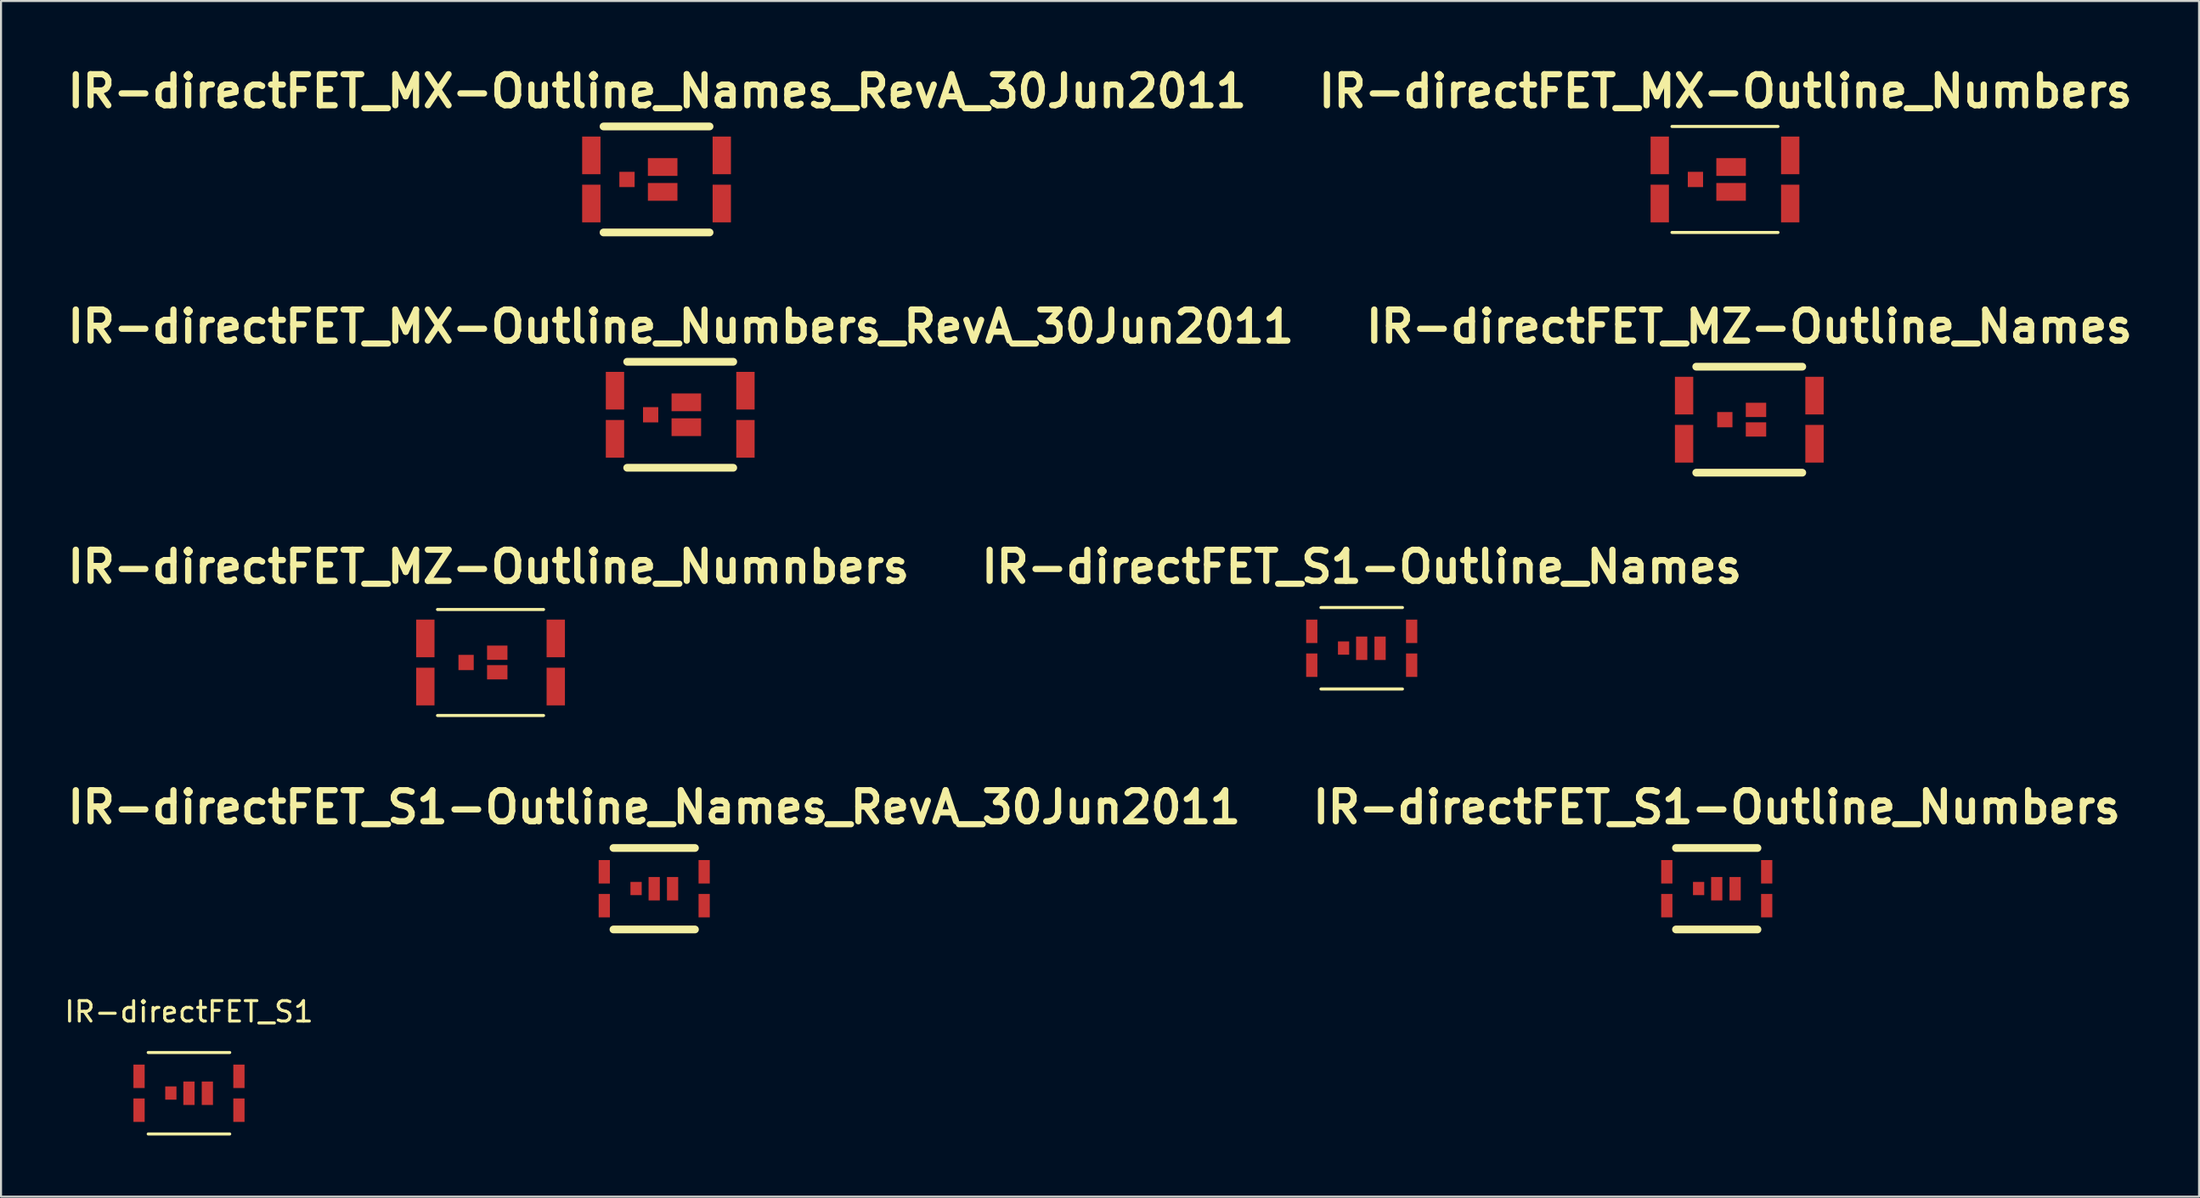
<source format=kicad_pcb>
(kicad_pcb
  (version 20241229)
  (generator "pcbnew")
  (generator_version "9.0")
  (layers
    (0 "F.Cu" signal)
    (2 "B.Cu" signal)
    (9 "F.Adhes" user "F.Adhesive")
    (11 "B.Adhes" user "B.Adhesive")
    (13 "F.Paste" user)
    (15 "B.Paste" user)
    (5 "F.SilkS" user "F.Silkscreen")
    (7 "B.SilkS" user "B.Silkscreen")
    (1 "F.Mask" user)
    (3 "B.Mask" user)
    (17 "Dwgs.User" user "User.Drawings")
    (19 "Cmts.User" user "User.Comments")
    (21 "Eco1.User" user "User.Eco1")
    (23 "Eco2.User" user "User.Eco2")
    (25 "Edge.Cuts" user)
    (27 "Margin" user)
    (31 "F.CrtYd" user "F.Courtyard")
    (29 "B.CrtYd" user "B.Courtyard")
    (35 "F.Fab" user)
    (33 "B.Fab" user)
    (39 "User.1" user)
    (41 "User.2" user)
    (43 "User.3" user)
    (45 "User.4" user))
  (footprint "IR-directFET_MZ-Outline_Names"
    (layer "F.Cu")
    (at 82.763 17.547)
    (property "Reference" "IR-directFET_MZ-Outline_Names" (at 0 -4.572 0) (layer "F.SilkS") (effects (font (size 1.524 1.524) (thickness 0.305))))
    (attr through_hole)
    (fp_line (start -2.601 -2.601) (end 2.601 -2.601) (stroke (width 0.381) (type solid)) (layer "F.SilkS"))
    (fp_line (start 2.601 2.601) (end -2.601 2.601) (stroke (width 0.381) (type solid)) (layer "F.SilkS"))
    (pad "D" smd rect (at -3.198 -1.181) (size 0.899 1.849) (layers "F.Cu" "F.Mask" "F.Paste"))
    (pad "D" smd rect (at -3.198 1.181) (size 0.899 1.849) (layers "F.Cu" "F.Mask" "F.Paste"))
    (pad "D" smd rect (at 3.2 -1.181) (size 0.899 1.849) (layers "F.Cu" "F.Mask" "F.Paste"))
    (pad "D" smd rect (at 3.2 1.181) (size 0.899 1.849) (layers "F.Cu" "F.Mask" "F.Paste"))
    (pad "G" smd rect (at -1.199 0) (size 0.749 0.749) (layers "F.Cu" "F.Mask" "F.Paste"))
    (pad "S" smd rect (at 0.33 -0.48) (size 1.001 0.701) (layers "F.Cu" "F.Mask" "F.Paste"))
    (pad "S" smd rect (at 0.33 0.48) (size 1.001 0.701) (layers "F.Cu" "F.Mask" "F.Paste")))
  (footprint "IR-directFET_S1-Outline_Numbers"
    (layer "F.Cu")
    (at 81.167 40.567)
    (property "Reference" "IR-directFET_S1-Outline_Numbers" (at 0 -4 0) (layer "F.SilkS") (effects (font (size 1.524 1.524) (thickness 0.305))))
    (attr through_hole)
    (fp_line (start -1.999 -1.999) (end 1.999 -1.999) (stroke (width 0.381) (type solid)) (layer "F.SilkS"))
    (fp_line (start 1.999 1.999) (end -1.999 1.999) (stroke (width 0.381) (type solid)) (layer "F.SilkS"))
    (pad "1" smd rect (at 2.451 -0.831) (size 0.551 1.151) (layers "F.Cu" "F.Mask" "F.Paste"))
    (pad "2" smd rect (at 2.451 0.831) (size 0.551 1.151) (layers "F.Cu" "F.Mask" "F.Paste"))
    (pad "3" smd rect (at 0.902 0) (size 0.551 1.151) (layers "F.Cu" "F.Mask" "F.Paste"))
    (pad "4" smd rect (at 0 0) (size 0.551 1.151) (layers "F.Cu" "F.Mask" "F.Paste"))
    (pad "5" smd rect (at -0.889 -0.01) (size 0.551 0.65) (layers "F.Cu" "F.Mask" "F.Paste"))
    (pad "6" smd rect (at -2.449 -0.831) (size 0.551 1.151) (layers "F.Cu" "F.Mask" "F.Paste"))
    (pad "7" smd rect (at -2.449 0.831) (size 0.551 1.151) (layers "F.Cu" "F.Mask" "F.Paste")))
  (footprint "IR-directFET_MX-Outline_Numbers"
    (layer "F.Cu")
    (at 81.572 5.757)
    (property "Reference" "IR-directFET_MX-Outline_Numbers" (at 0.03 -4.331 0) (layer "F.SilkS") (effects (font (size 1.524 1.524) (thickness 0.305))))
    (attr through_hole)
    (fp_line (start -2.601 -2.601) (end 2.601 -2.601) (stroke (width 0.15) (type solid)) (layer "F.SilkS"))
    (fp_line (start 2.601 2.601) (end -2.601 2.601) (stroke (width 0.15) (type solid)) (layer "F.SilkS"))
    (pad "D" smd rect (at -3.2 -1.181) (size 0.899 1.849) (layers "F.Cu" "F.Mask" "F.Paste"))
    (pad "D" smd rect (at -3.2 1.181) (size 0.899 1.849) (layers "F.Cu" "F.Mask" "F.Paste"))
    (pad "D" smd rect (at 3.2 -1.181) (size 0.899 1.849) (layers "F.Cu" "F.Mask" "F.Paste"))
    (pad "D" smd rect (at 3.2 1.181) (size 0.899 1.849) (layers "F.Cu" "F.Mask" "F.Paste"))
    (pad "G" smd rect (at -1.45 0) (size 0.749 0.749) (layers "F.Cu" "F.Mask" "F.Paste"))
    (pad "S" smd rect (at 0.3 -0.61) (size 1.45 0.871) (layers "F.Cu" "F.Mask" "F.Paste"))
    (pad "S" smd rect (at 0.3 0.61) (size 1.45 0.871) (layers "F.Cu" "F.Mask" "F.Paste")))
  (footprint "IR-directFET_S1"
    (layer "F.Cu")
    (at 6.22 50.605)
    (property "Reference" "IR-directFET_S1" (at 0 -4 0) (layer "F.SilkS") (effects (font (size 1 1) (thickness 0.15))))
    (attr through_hole)
    (fp_line (start -1.999 -1.999) (end 1.999 -1.999) (stroke (width 0.15) (type solid)) (layer "F.SilkS"))
    (fp_line (start 1.999 1.999) (end -1.999 1.999) (stroke (width 0.15) (type solid)) (layer "F.SilkS"))
    (pad "1" smd rect (at 2.451 -0.831) (size 0.551 1.151) (layers "F.Cu" "F.Mask" "F.Paste"))
    (pad "2" smd rect (at 2.451 0.831) (size 0.551 1.151) (layers "F.Cu" "F.Mask" "F.Paste"))
    (pad "3" smd rect (at 0.902 0) (size 0.551 1.151) (layers "F.Cu" "F.Mask" "F.Paste"))
    (pad "4" smd rect (at 0 0) (size 0.551 1.151) (layers "F.Cu" "F.Mask" "F.Paste"))
    (pad "5" smd rect (at -0.889 -0.01) (size 0.551 0.65) (layers "F.Cu" "F.Mask" "F.Paste"))
    (pad "6" smd rect (at -2.449 -0.831) (size 0.551 1.151) (layers "F.Cu" "F.Mask" "F.Paste"))
    (pad "7" smd rect (at -2.449 0.831) (size 0.551 1.151) (layers "F.Cu" "F.Mask" "F.Paste")))
  (footprint "IR-directFET_MX-Outline_Names_RevA_30Jun2011"
    (layer "F.Cu")
    (at 29.158 5.757)
    (property "Reference" "IR-directFET_MX-Outline_Names_RevA_30Jun2011" (at 0.03 -4.331 0) (layer "F.SilkS") (effects (font (size 1.524 1.524) (thickness 0.305))))
    (attr through_hole)
    (fp_line (start -2.601 -2.601) (end 2.601 -2.601) (stroke (width 0.381) (type solid)) (layer "F.SilkS"))
    (fp_line (start 2.601 2.601) (end -2.601 2.601) (stroke (width 0.381) (type solid)) (layer "F.SilkS"))
    (pad "D" smd rect (at -3.2 -1.181) (size 0.899 1.849) (layers "F.Cu" "F.Mask" "F.Paste"))
    (pad "D" smd rect (at -3.2 1.181) (size 0.899 1.849) (layers "F.Cu" "F.Mask" "F.Paste"))
    (pad "D" smd rect (at 3.2 -1.181) (size 0.899 1.849) (layers "F.Cu" "F.Mask" "F.Paste"))
    (pad "D" smd rect (at 3.2 1.181) (size 0.899 1.849) (layers "F.Cu" "F.Mask" "F.Paste"))
    (pad "G" smd rect (at -1.45 0) (size 0.749 0.749) (layers "F.Cu" "F.Mask" "F.Paste"))
    (pad "S" smd rect (at 0.3 -0.61) (size 1.45 0.871) (layers "F.Cu" "F.Mask" "F.Paste"))
    (pad "S" smd rect (at 0.3 0.61) (size 1.45 0.871) (layers "F.Cu" "F.Mask" "F.Paste")))
  (footprint "IR-directFET_MZ-Outline_Numnbers"
    (layer "F.Cu")
    (at 21.014 29.464)
    (property "Reference" "IR-directFET_MZ-Outline_Numnbers" (at -0.099 -4.699 0) (layer "F.SilkS") (effects (font (size 1.524 1.524) (thickness 0.305))))
    (attr through_hole)
    (fp_line (start -2.601 -2.601) (end 2.601 -2.601) (stroke (width 0.15) (type solid)) (layer "F.SilkS"))
    (fp_line (start 2.601 2.601) (end -2.601 2.601) (stroke (width 0.15) (type solid)) (layer "F.SilkS"))
    (pad "1" smd rect (at 3.2 -1.181) (size 0.899 1.849) (layers "F.Cu" "F.Mask" "F.Paste"))
    (pad "2" smd rect (at 3.2 1.181) (size 0.899 1.849) (layers "F.Cu" "F.Mask" "F.Paste"))
    (pad "4" smd rect (at 0.33 -0.48) (size 1.001 0.701) (layers "F.Cu" "F.Mask" "F.Paste"))
    (pad "4" smd rect (at 0.33 0.48) (size 1.001 0.701) (layers "F.Cu" "F.Mask" "F.Paste"))
    (pad "5" smd rect (at -1.199 0) (size 0.749 0.749) (layers "F.Cu" "F.Mask" "F.Paste"))
    (pad "6" smd rect (at -3.198 -1.181) (size 0.899 1.849) (layers "F.Cu" "F.Mask" "F.Paste"))
    (pad "7" smd rect (at -3.198 1.181) (size 0.899 1.849) (layers "F.Cu" "F.Mask" "F.Paste")))
  (footprint "IR-directFET_S1-Outline_Names_RevA_30Jun2011"
    (layer "F.Cu")
    (at 29.043 40.567)
    (property "Reference" "IR-directFET_S1-Outline_Names_RevA_30Jun2011" (at 0 -4 0) (layer "F.SilkS") (effects (font (size 1.524 1.524) (thickness 0.305))))
    (attr through_hole)
    (fp_line (start -1.999 -1.999) (end 1.999 -1.999) (stroke (width 0.381) (type solid)) (layer "F.SilkS"))
    (fp_line (start 1.999 1.999) (end -1.999 1.999) (stroke (width 0.381) (type solid)) (layer "F.SilkS"))
    (pad "D" smd rect (at -2.449 -0.831) (size 0.551 1.151) (layers "F.Cu" "F.Mask" "F.Paste"))
    (pad "D" smd rect (at -2.449 0.831) (size 0.551 1.151) (layers "F.Cu" "F.Mask" "F.Paste"))
    (pad "D" smd rect (at 2.451 -0.831) (size 0.551 1.151) (layers "F.Cu" "F.Mask" "F.Paste"))
    (pad "D" smd rect (at 2.451 0.831) (size 0.551 1.151) (layers "F.Cu" "F.Mask" "F.Paste"))
    (pad "G" smd rect (at -0.889 -0.01) (size 0.551 0.65) (layers "F.Cu" "F.Mask" "F.Paste"))
    (pad "S" smd rect (at 0 0) (size 0.551 1.151) (layers "F.Cu" "F.Mask" "F.Paste"))
    (pad "S" smd rect (at 0.902 0) (size 0.551 1.151) (layers "F.Cu" "F.Mask" "F.Paste")))
  (footprint "IR-directFET_MX-Outline_Numbers_RevA_30Jun2011"
    (layer "F.Cu")
    (at 30.319 17.306)
    (property "Reference" "IR-directFET_MX-Outline_Numbers_RevA_30Jun2011" (at 0.03 -4.331 0) (layer "F.SilkS") (effects (font (size 1.524 1.524) (thickness 0.305))))
    (attr through_hole)
    (fp_line (start -2.601 -2.601) (end 2.601 -2.601) (stroke (width 0.381) (type solid)) (layer "F.SilkS"))
    (fp_line (start 2.601 2.601) (end -2.601 2.601) (stroke (width 0.381) (type solid)) (layer "F.SilkS"))
    (pad "D" smd rect (at -3.2 -1.181) (size 0.899 1.849) (layers "F.Cu" "F.Mask" "F.Paste"))
    (pad "D" smd rect (at -3.2 1.181) (size 0.899 1.849) (layers "F.Cu" "F.Mask" "F.Paste"))
    (pad "D" smd rect (at 3.2 -1.181) (size 0.899 1.849) (layers "F.Cu" "F.Mask" "F.Paste"))
    (pad "D" smd rect (at 3.2 1.181) (size 0.899 1.849) (layers "F.Cu" "F.Mask" "F.Paste"))
    (pad "G" smd rect (at -1.45 0) (size 0.749 0.749) (layers "F.Cu" "F.Mask" "F.Paste"))
    (pad "S" smd rect (at 0.3 -0.61) (size 1.45 0.871) (layers "F.Cu" "F.Mask" "F.Paste"))
    (pad "S" smd rect (at 0.3 0.61) (size 1.45 0.871) (layers "F.Cu" "F.Mask" "F.Paste")))
  (footprint "IR-directFET_S1-Outline_Names"
    (layer "F.Cu")
    (at 63.75 28.766)
    (property "Reference" "IR-directFET_S1-Outline_Names" (at 0 -4 0) (layer "F.SilkS") (effects (font (size 1.524 1.524) (thickness 0.305))))
    (attr through_hole)
    (fp_line (start -1.999 -1.999) (end 1.999 -1.999) (stroke (width 0.15) (type solid)) (layer "F.SilkS"))
    (fp_line (start 1.999 1.999) (end -1.999 1.999) (stroke (width 0.15) (type solid)) (layer "F.SilkS"))
    (pad "D" smd rect (at -2.449 -0.831) (size 0.551 1.151) (layers "F.Cu" "F.Mask" "F.Paste"))
    (pad "D" smd rect (at -2.449 0.831) (size 0.551 1.151) (layers "F.Cu" "F.Mask" "F.Paste"))
    (pad "D" smd rect (at 2.451 -0.831) (size 0.551 1.151) (layers "F.Cu" "F.Mask" "F.Paste"))
    (pad "D" smd rect (at 2.451 0.831) (size 0.551 1.151) (layers "F.Cu" "F.Mask" "F.Paste"))
    (pad "G" smd rect (at -0.889 -0.01) (size 0.551 0.65) (layers "F.Cu" "F.Mask" "F.Paste"))
    (pad "S" smd rect (at 0 0) (size 0.551 1.151) (layers "F.Cu" "F.Mask" "F.Paste"))
    (pad "S" smd rect (at 0.902 0) (size 0.551 1.151) (layers "F.Cu" "F.Mask" "F.Paste")))
  (gr_rect
    (start -3 -3)
    (end 104.828 55.679)
    (stroke (width 0.1) (type default))
    (fill no)
    (layer "Edge.Cuts")))
</source>
